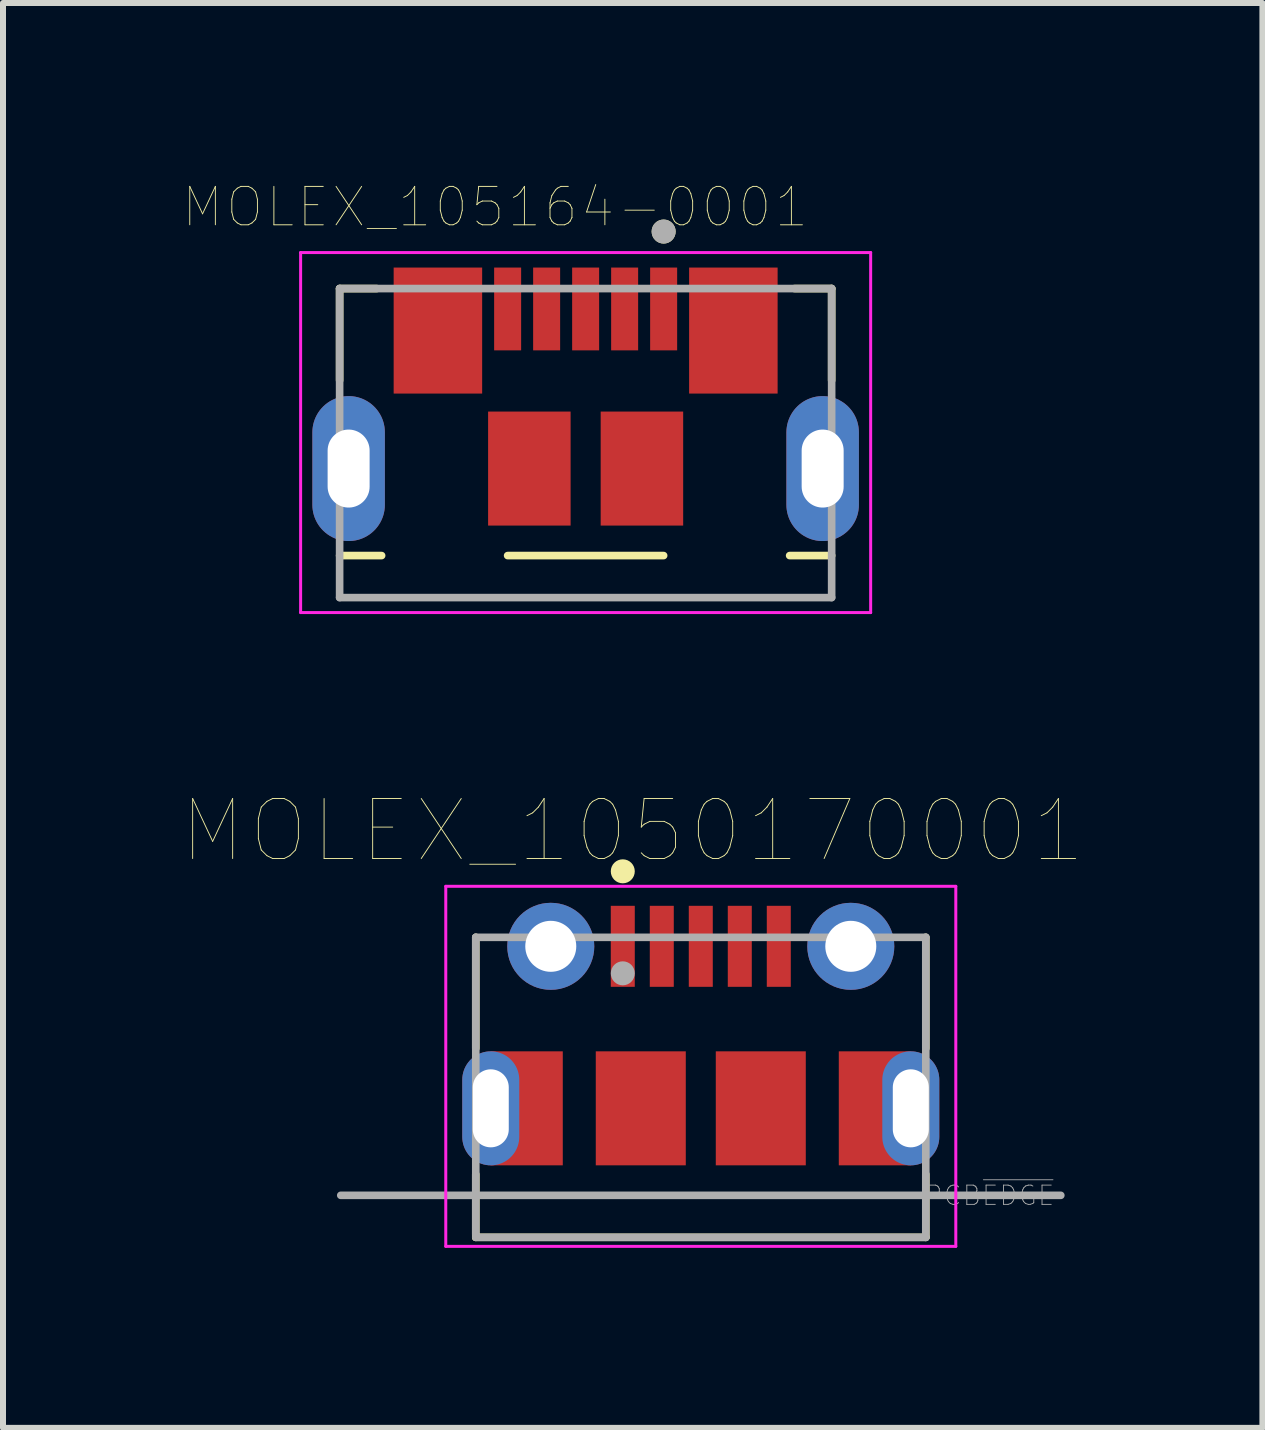
<source format=kicad_pcb>
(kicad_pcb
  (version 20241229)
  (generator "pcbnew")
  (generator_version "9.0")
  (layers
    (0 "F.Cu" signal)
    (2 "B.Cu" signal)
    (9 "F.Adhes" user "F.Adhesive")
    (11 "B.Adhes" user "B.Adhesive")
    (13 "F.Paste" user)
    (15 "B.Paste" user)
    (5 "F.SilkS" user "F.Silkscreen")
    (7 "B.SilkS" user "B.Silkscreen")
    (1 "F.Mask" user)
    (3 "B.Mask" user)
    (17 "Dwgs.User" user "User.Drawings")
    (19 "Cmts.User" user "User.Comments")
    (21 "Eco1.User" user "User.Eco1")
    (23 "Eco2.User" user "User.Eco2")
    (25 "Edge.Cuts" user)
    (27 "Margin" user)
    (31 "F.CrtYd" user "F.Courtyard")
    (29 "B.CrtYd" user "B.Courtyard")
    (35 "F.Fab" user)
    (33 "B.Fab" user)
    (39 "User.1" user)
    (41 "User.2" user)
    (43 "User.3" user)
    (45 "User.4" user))
  (footprint "MOLEX_105164-0001"
    (layer "F.Cu")
    (at 6.71 6.209)
    (property "Reference" "MOLEX_105164-0001" (at -1.508 -5.808 0) (layer "F.SilkS") (effects (font (size 0.64 0.64) (thickness 0.015))))
    (attr through_hole)
    (fp_line (start -4.1 -4.45) (end -3.48 -4.45) (stroke (width 0.127) (type solid)) (layer "F.SilkS"))
    (fp_line (start -4.1 -2.92) (end -4.1 -4.45) (stroke (width 0.127) (type solid)) (layer "F.SilkS"))
    (fp_line (start -4.1 0) (end -3.4 0) (stroke (width 0.127) (type solid)) (layer "F.SilkS"))
    (fp_line (start -1.3 0) (end 1.3 0) (stroke (width 0.127) (type solid)) (layer "F.SilkS"))
    (fp_line (start 3.4 0) (end 4.1 0) (stroke (width 0.127) (type solid)) (layer "F.SilkS"))
    (fp_line (start 4.1 -4.45) (end 3.48 -4.45) (stroke (width 0.127) (type solid)) (layer "F.SilkS"))
    (fp_line (start 4.1 -2.92) (end 4.1 -4.45) (stroke (width 0.127) (type solid)) (layer "F.SilkS"))
    (fp_circle (center 1.3 -5.4) (end 1.4 -5.4) (stroke (width 0.2) (type solid)) (fill no) (layer "F.SilkS"))
    (fp_line (start -4.9 0) (end -3.4 0) (stroke (width 0.0001) (type solid)) (layer "Edge.Cuts"))
    (fp_line (start -3.4 0) (end -2.825 -0.5) (stroke (width 0.0001) (type solid)) (layer "Edge.Cuts"))
    (fp_line (start -2.825 -1.15) (end -2.825 -0.5) (stroke (width 0.0001) (type solid)) (layer "Edge.Cuts"))
    (fp_line (start -1.925 -1.15) (end -1.925 -0.5) (stroke (width 0.0001) (type solid)) (layer "Edge.Cuts"))
    (fp_line (start -1.3 0) (end -1.925 -0.5) (stroke (width 0.0001) (type solid)) (layer "Edge.Cuts"))
    (fp_line (start 0 0) (end -1.3 0) (stroke (width 0.0001) (type solid)) (layer "Edge.Cuts"))
    (fp_line (start 0 0) (end 1.3 0) (stroke (width 0.0001) (type solid)) (layer "Edge.Cuts"))
    (fp_line (start 1.3 0) (end 1.925 -0.5) (stroke (width 0.0001) (type solid)) (layer "Edge.Cuts"))
    (fp_line (start 1.925 -1.15) (end 1.925 -0.5) (stroke (width 0.0001) (type solid)) (layer "Edge.Cuts"))
    (fp_line (start 2.825 -1.15) (end 2.825 -0.5) (stroke (width 0.0001) (type solid)) (layer "Edge.Cuts"))
    (fp_line (start 3.4 0) (end 2.825 -0.5) (stroke (width 0.0001) (type solid)) (layer "Edge.Cuts"))
    (fp_line (start 4.9 0) (end 3.4 0) (stroke (width 0.0001) (type solid)) (layer "Edge.Cuts"))
    (fp_arc (start -2.825 -1.15) (mid -2.375 -1.6) (end -1.925 -1.15) (stroke (width 0.0001) (type solid)) (layer "Edge.Cuts"))
    (fp_arc (start 1.925 -1.15) (mid 2.375 -1.6) (end 2.825 -1.15) (stroke (width 0.0001) (type solid)) (layer "Edge.Cuts"))
    (fp_line (start -4.75 -5.05) (end 4.75 -5.05) (stroke (width 0.05) (type solid)) (layer "F.CrtYd"))
    (fp_line (start -4.75 0.95) (end -4.75 -5.05) (stroke (width 0.05) (type solid)) (layer "F.CrtYd"))
    (fp_line (start 4.75 -5.05) (end 4.75 0.95) (stroke (width 0.05) (type solid)) (layer "F.CrtYd"))
    (fp_line (start 4.75 0.95) (end -4.75 0.95) (stroke (width 0.05) (type solid)) (layer "F.CrtYd"))
    (fp_line (start -4.1 -4.45) (end 4.1 -4.45) (stroke (width 0.127) (type solid)) (layer "F.Fab"))
    (fp_line (start -4.1 0.7) (end -4.1 -4.45) (stroke (width 0.127) (type solid)) (layer "F.Fab"))
    (fp_line (start 4.1 -4.45) (end 4.1 0.7) (stroke (width 0.127) (type solid)) (layer "F.Fab"))
    (fp_line (start 4.1 0.7) (end -4.1 0.7) (stroke (width 0.127) (type solid)) (layer "F.Fab"))
    (fp_circle (center 1.3 -5.4) (end 1.4 -5.4) (stroke (width 0.2) (type solid)) (fill no) (layer "F.Fab"))
    (pad "1" smd rect (at 1.3 -4.11) (size 0.45 1.38) (layers "F.Cu" "F.Mask" "F.Paste"))
    (pad "2" smd rect (at 0.65 -4.11) (size 0.45 1.38) (layers "F.Cu" "F.Mask" "F.Paste"))
    (pad "3" smd rect (at 0 -4.11) (size 0.45 1.38) (layers "F.Cu" "F.Mask" "F.Paste"))
    (pad "4" smd rect (at -0.65 -4.11) (size 0.45 1.38) (layers "F.Cu" "F.Mask" "F.Paste"))
    (pad "5" smd rect (at -1.3 -4.11) (size 0.45 1.38) (layers "F.Cu" "F.Mask" "F.Paste"))
    (pad "SH1" thru_hole oval (at -3.95 -1.45) (size 1.208 2.416) (drill oval 0.7 1.3) (layers "*.Cu" "*.Mask"))
    (pad "SH2" smd rect (at -2.462 -3.75) (size 1.475 2.1) (layers "F.Cu" "F.Mask" "F.Paste"))
    (pad "SH3" smd rect (at -0.938 -1.45) (size 1.375 1.9) (layers "F.Cu" "F.Mask" "F.Paste"))
    (pad "SH4" smd rect (at 0.938 -1.45) (size 1.375 1.9) (layers "F.Cu" "F.Mask" "F.Paste"))
    (pad "SH5" smd rect (at 2.462 -3.75) (size 1.475 2.1) (layers "F.Cu" "F.Mask" "F.Paste"))
    (pad "SH6" thru_hole oval (at 3.95 -1.45) (size 1.208 2.416) (drill oval 0.7 1.3) (layers "*.Cu" "*.Mask")))
  (footprint "MOLEX_1050170001"
    (layer "F.Cu")
    (at 8.629 15.071)
    (property "Reference" "MOLEX_1050170001" (at -1.135 -4.275 0) (layer "F.SilkS") (effects (font (size 1 1) (thickness 0.015))))
    (attr through_hole)
    (fp_line (start -3.75 -0.65) (end -3.75 -2.5) (stroke (width 0.127) (type solid)) (layer "F.SilkS"))
    (fp_line (start -3.75 2.5) (end -3.75 1.45) (stroke (width 0.127) (type solid)) (layer "F.SilkS"))
    (fp_line (start 3.75 -2.5) (end 3.75 -0.65) (stroke (width 0.127) (type solid)) (layer "F.SilkS"))
    (fp_line (start 3.75 1.45) (end 3.75 2.5) (stroke (width 0.127) (type solid)) (layer "F.SilkS"))
    (fp_line (start 3.75 2.5) (end -3.75 2.5) (stroke (width 0.127) (type solid)) (layer "F.SilkS"))
    (fp_circle (center -1.3 -3.6) (end -1.2 -3.6) (stroke (width 0.2) (type solid)) (fill no) (layer "F.SilkS"))
    (fp_line (start -4.25 -3.35) (end -4.25 2.65) (stroke (width 0.05) (type solid)) (layer "F.CrtYd"))
    (fp_line (start -4.25 2.65) (end 4.25 2.65) (stroke (width 0.05) (type solid)) (layer "F.CrtYd"))
    (fp_line (start 4.25 -3.35) (end -4.25 -3.35) (stroke (width 0.05) (type solid)) (layer "F.CrtYd"))
    (fp_line (start 4.25 2.65) (end 4.25 -3.35) (stroke (width 0.05) (type solid)) (layer "F.CrtYd"))
    (fp_line (start -3.75 -2.5) (end 3.75 -2.5) (stroke (width 0.127) (type solid)) (layer "F.Fab"))
    (fp_line (start -3.75 1.8) (end -6 1.8) (stroke (width 0.127) (type solid)) (layer "F.Fab"))
    (fp_line (start -3.75 1.8) (end -3.75 -2.5) (stroke (width 0.127) (type solid)) (layer "F.Fab"))
    (fp_line (start -3.75 2.45) (end -3.75 1.8) (stroke (width 0.127) (type solid)) (layer "F.Fab"))
    (fp_line (start 3.75 -2.5) (end 3.75 1.8) (stroke (width 0.127) (type solid)) (layer "F.Fab"))
    (fp_line (start 3.75 1.8) (end -3.75 1.8) (stroke (width 0.127) (type solid)) (layer "F.Fab"))
    (fp_line (start 3.75 1.8) (end 6 1.8) (stroke (width 0.127) (type solid)) (layer "F.Fab"))
    (fp_line (start 3.75 2.5) (end -3.75 2.5) (stroke (width 0.127) (type solid)) (layer "F.Fab"))
    (fp_line (start 3.75 2.5) (end 3.75 1.8) (stroke (width 0.127) (type solid)) (layer "F.Fab"))
    (fp_circle (center -1.3 -1.9) (end -1.2 -1.9) (stroke (width 0.2) (type solid)) (fill no) (layer "F.Fab"))
    (fp_text user "PCB~{EDGE}" (at 4.808 1.803 0) (layer "F.Fab") (effects (font (size 0.321 0.321) (thickness 0.015))))
    (pad "1" smd rect (at -1.3 -2.35) (size 0.4 1.35) (layers "F.Cu" "F.Mask" "F.Paste"))
    (pad "2" smd rect (at -0.65 -2.35) (size 0.4 1.35) (layers "F.Cu" "F.Mask" "F.Paste"))
    (pad "3" smd rect (at 0 -2.35) (size 0.4 1.35) (layers "F.Cu" "F.Mask" "F.Paste"))
    (pad "4" smd rect (at 0.65 -2.35) (size 0.4 1.35) (layers "F.Cu" "F.Mask" "F.Paste"))
    (pad "5" smd rect (at 1.3 -2.35) (size 0.4 1.35) (layers "F.Cu" "F.Mask" "F.Paste"))
    (pad "SH1" thru_hole circle (at -2.5 -2.35) (size 1.45 1.45) (drill 0.85) (layers "*.Cu" "*.Mask"))
    (pad "SH2" thru_hole circle (at 2.5 -2.35) (size 1.45 1.45) (drill 0.85) (layers "*.Cu" "*.Mask"))
    (pad "SH3" thru_hole oval (at -3.5 0.35) (size 0.95 1.9) (drill oval 0.6 1.3) (layers "*.Cu" "*.Mask"))
    (pad "SH4" smd rect (at -2.9 0.35) (size 1.2 1.9) (layers "F.Cu" "F.Mask" "F.Paste"))
    (pad "SH5" smd rect (at -1 0.35) (size 1.5 1.9) (layers "F.Cu" "F.Mask" "F.Paste"))
    (pad "SH6" smd rect (at 1 0.35) (size 1.5 1.9) (layers "F.Cu" "F.Mask" "F.Paste"))
    (pad "SH7" smd rect (at 2.9 0.35) (size 1.2 1.9) (layers "F.Cu" "F.Mask" "F.Paste"))
    (pad "SH8" thru_hole oval (at 3.5 0.35) (size 0.95 1.9) (drill oval 0.6 1.3) (layers "*.Cu" "*.Mask")))
  (gr_rect
    (start -3 -3)
    (end 17.989 20.746)
    (stroke (width 0.1) (type default))
    (fill no)
    (layer "Edge.Cuts")))
</source>
